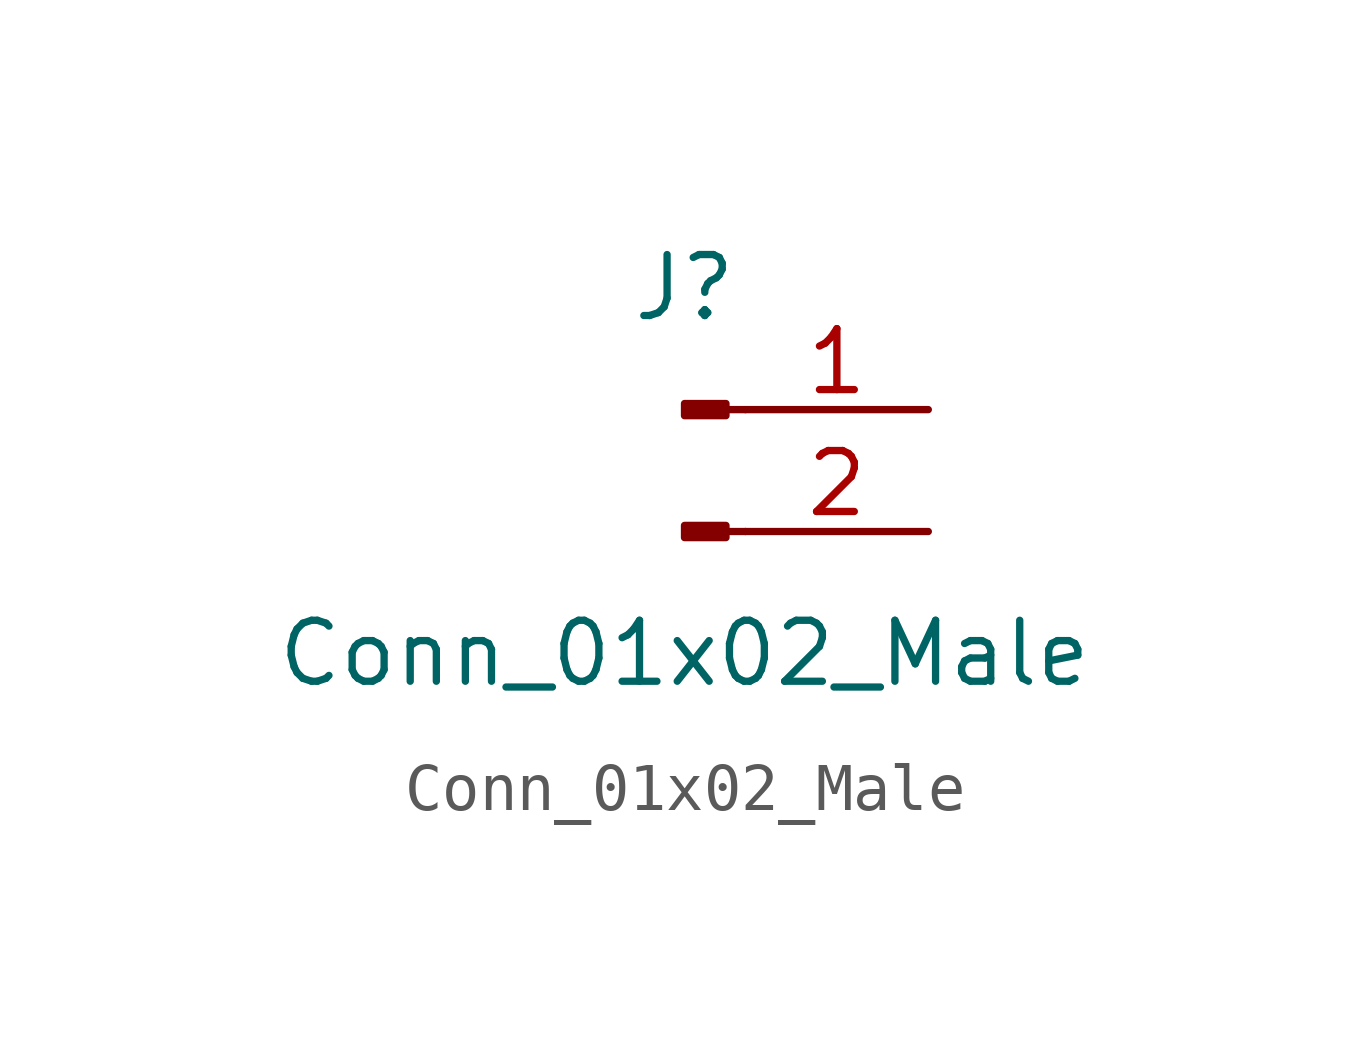
<source format=kicad_sym>
(kicad_symbol_lib
  (version 20211014)
  (generator kicad_symbol_editor)
  (symbol "Conn_01x02_Male"
    (pin_names
      (offset 1.016) hide)
    (property "Reference" "J"
      (at 0 2.54 0)
      (effects (font (size 1.27 1.27))))
    (property "Value" "Conn_01x02_Male"
      (at 0 -5.08 0)
      (effects (font (size 1.27 1.27))))
    (symbol "Conn_01x02_Male_1_1"
      (polyline (pts (xy 1.27 -2.54) (xy 0.864 -2.54)) (stroke (width 0.152) (type default) (color 0 0 0 0)) (fill (type none)))
      (polyline (pts (xy 1.27 0) (xy 0.864 0)) (stroke (width 0.152) (type default) (color 0 0 0 0)) (fill (type none)))
      (rectangle (start 0.864 -2.413) (end 0 -2.667) (stroke (width 0.152) (type default) (color 0 0 0 0)) (fill (type outline)))
      (rectangle (start 0.864 0.127) (end 0 -0.127) (stroke (width 0.152) (type default) (color 0 0 0 0)) (fill (type outline)))
      (pin unspecified line (at 5.08 0 180) (length 3.81) (name "Pin_1" (effects (font (size 1.27 1.27)))) (number "1" (effects (font (size 1.27 1.27)))))
      (pin unspecified line (at 5.08 -2.54 180) (length 3.81) (name "Pin_2" (effects (font (size 1.27 1.27)))) (number "2" (effects (font (size 1.27 1.27))))))))
</source>
